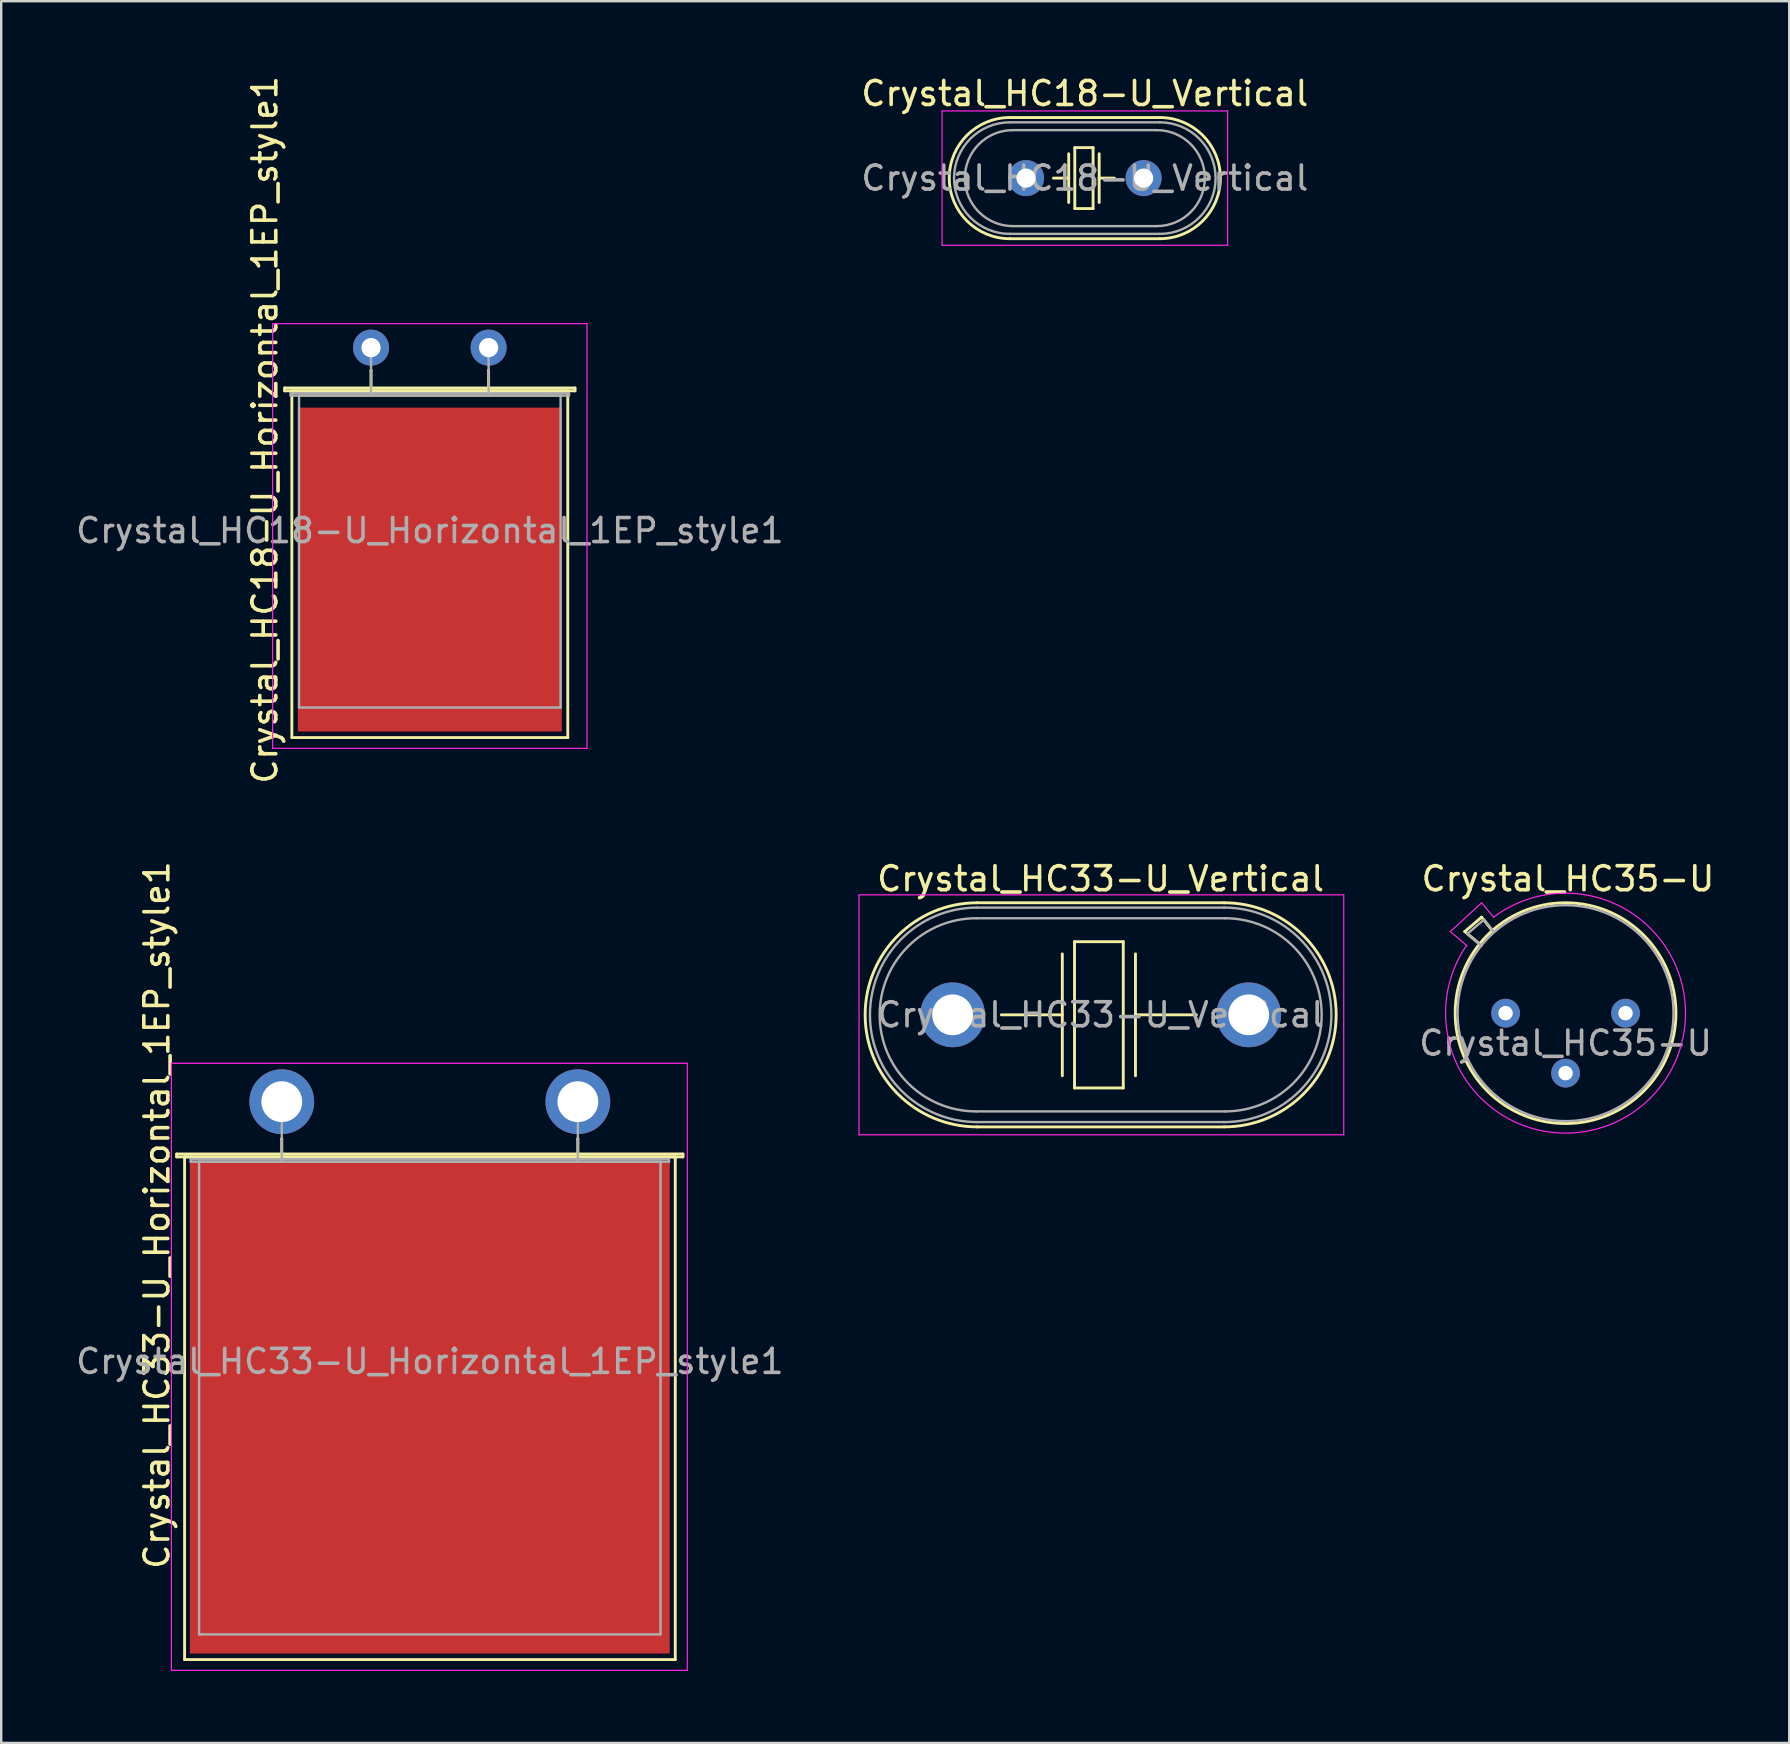
<source format=kicad_pcb>
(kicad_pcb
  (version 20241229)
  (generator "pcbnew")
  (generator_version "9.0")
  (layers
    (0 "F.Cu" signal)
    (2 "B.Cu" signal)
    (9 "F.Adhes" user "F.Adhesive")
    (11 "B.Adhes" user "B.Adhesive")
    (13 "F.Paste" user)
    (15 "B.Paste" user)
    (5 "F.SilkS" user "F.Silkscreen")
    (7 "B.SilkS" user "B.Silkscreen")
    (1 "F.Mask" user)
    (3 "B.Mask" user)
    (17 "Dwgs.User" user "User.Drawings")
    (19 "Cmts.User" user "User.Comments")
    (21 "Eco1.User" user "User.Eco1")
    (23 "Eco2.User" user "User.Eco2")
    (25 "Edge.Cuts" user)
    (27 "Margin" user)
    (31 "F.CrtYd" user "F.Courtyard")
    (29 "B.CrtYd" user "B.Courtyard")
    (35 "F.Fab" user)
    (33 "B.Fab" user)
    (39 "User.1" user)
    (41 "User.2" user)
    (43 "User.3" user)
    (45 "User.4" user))
  (footprint "Crystal_HC18-U_Horizontal_1EP_style1"
    (layer "F.Cu")
    (at 12.413 11.438)
    (property "Reference" "Crystal_HC18-U_Horizontal_1EP_style1" (at -4.425 3.425 90) (layer "F.SilkS") (effects (font (size 1 1) (thickness 0.15))))
    (attr through_hole)
    (fp_line (start -3.6 1.68) (end 8.5 1.68) (stroke (width 0.12) (type solid)) (layer "F.SilkS"))
    (fp_line (start -3.6 1.8) (end -3.6 1.68) (stroke (width 0.12) (type solid)) (layer "F.SilkS"))
    (fp_line (start -3.3 1.8) (end -3.3 16.25) (stroke (width 0.12) (type solid)) (layer "F.SilkS"))
    (fp_line (start -3.3 16.25) (end 8.2 16.25) (stroke (width 0.12) (type solid)) (layer "F.SilkS"))
    (fp_line (start 0 0.95) (end 0 0.95) (stroke (width 0.12) (type solid)) (layer "F.SilkS"))
    (fp_line (start 0 1.8) (end 0 0.95) (stroke (width 0.12) (type solid)) (layer "F.SilkS"))
    (fp_line (start 4.9 0.95) (end 4.9 0.95) (stroke (width 0.12) (type solid)) (layer "F.SilkS"))
    (fp_line (start 4.9 1.8) (end 4.9 0.95) (stroke (width 0.12) (type solid)) (layer "F.SilkS"))
    (fp_line (start 8.15 1.8) (end -3.25 1.8) (stroke (width 0.12) (type solid)) (layer "F.SilkS"))
    (fp_line (start 8.2 16.25) (end 8.2 1.8) (stroke (width 0.12) (type solid)) (layer "F.SilkS"))
    (fp_line (start 8.5 1.68) (end 8.5 1.8) (stroke (width 0.12) (type solid)) (layer "F.SilkS"))
    (fp_line (start 8.5 1.8) (end -3.6 1.8) (stroke (width 0.12) (type solid)) (layer "F.SilkS"))
    (fp_line (start -4.1 -1) (end -4.1 16.7) (stroke (width 0.05) (type solid)) (layer "F.CrtYd"))
    (fp_line (start -4.1 16.7) (end 9 16.7) (stroke (width 0.05) (type solid)) (layer "F.CrtYd"))
    (fp_line (start 9 -1) (end -4.1 -1) (stroke (width 0.05) (type solid)) (layer "F.CrtYd"))
    (fp_line (start 9 16.7) (end 9 -1) (stroke (width 0.05) (type solid)) (layer "F.CrtYd"))
    (fp_line (start -3.35 1.9) (end 8.25 1.9) (stroke (width 0.1) (type solid)) (layer "F.Fab"))
    (fp_line (start -3.35 2) (end -3.35 1.9) (stroke (width 0.1) (type solid)) (layer "F.Fab"))
    (fp_line (start -3 2) (end -3 15) (stroke (width 0.1) (type solid)) (layer "F.Fab"))
    (fp_line (start -3 15) (end 7.9 15) (stroke (width 0.1) (type solid)) (layer "F.Fab"))
    (fp_line (start 0 1) (end 0 0) (stroke (width 0.1) (type solid)) (layer "F.Fab"))
    (fp_line (start 0 2) (end 0 1) (stroke (width 0.1) (type solid)) (layer "F.Fab"))
    (fp_line (start 4.9 1) (end 4.9 0) (stroke (width 0.1) (type solid)) (layer "F.Fab"))
    (fp_line (start 4.9 2) (end 4.9 1) (stroke (width 0.1) (type solid)) (layer "F.Fab"))
    (fp_line (start 7.9 2) (end -3 2) (stroke (width 0.1) (type solid)) (layer "F.Fab"))
    (fp_line (start 7.9 15) (end 7.9 2) (stroke (width 0.1) (type solid)) (layer "F.Fab"))
    (fp_line (start 8.25 1.9) (end 8.25 2) (stroke (width 0.1) (type solid)) (layer "F.Fab"))
    (fp_line (start 8.25 2) (end -3.35 2) (stroke (width 0.1) (type solid)) (layer "F.Fab"))
    (fp_text user "${REFERENCE}" (at 2.45 7.625 0) (layer "F.Fab") (effects (font (size 1 1) (thickness 0.15))))
    (pad "1" thru_hole circle (at 0 0) (size 1.5 1.5) (drill 0.8) (layers "*.Cu" "*.Mask"))
    (pad "2" thru_hole circle (at 4.9 0) (size 1.5 1.5) (drill 0.8) (layers "*.Cu" "*.Mask"))
    (pad "3" smd rect (at 2.45 9.25) (size 11 13.5) (layers "F.Cu" "F.Mask" "F.Paste")))
  (footprint "Crystal_HC35-U"
    (layer "F.Cu")
    (at 59.696 39.174)
    (property "Reference" "Crystal_HC35-U" (at 2.6 -5.6 0) (layer "F.SilkS") (effects (font (size 1 1) (thickness 0.15))))
    (attr through_hole)
    (fp_line (start -1.7 -3.4) (end -1 -4) (stroke (width 0.12) (type solid)) (layer "F.SilkS"))
    (fp_line (start -1.1 -2.9) (end -1.7 -3.4) (stroke (width 0.12) (type solid)) (layer "F.SilkS"))
    (fp_line (start -1 -4) (end -0.6 -3.5) (stroke (width 0.12) (type solid)) (layer "F.SilkS"))
    (fp_circle (center 2.5 0) (end 7.1 0) (stroke (width 0.12) (type solid)) (fill no) (layer "F.SilkS"))
    (fp_line (start -2.3 -3.4) (end -1 -4.6) (stroke (width 0.05) (type solid)) (layer "F.CrtYd"))
    (fp_line (start -1.6 -2.8) (end -2.3 -3.4) (stroke (width 0.05) (type solid)) (layer "F.CrtYd"))
    (fp_line (start -1 -4.6) (end -0.5 -4) (stroke (width 0.05) (type solid)) (layer "F.CrtYd"))
    (fp_arc (start -0.5 -4) (mid 6.119047 3.45) (end -1.638828 -2.80537) (stroke (width 0.05) (type solid)) (layer "F.CrtYd"))
    (fp_line (start -1.6 -3.3) (end -0.9 -3.9) (stroke (width 0.1) (type solid)) (layer "F.Fab"))
    (fp_line (start -1 -2.8) (end -1.6 -3.3) (stroke (width 0.1) (type solid)) (layer "F.Fab"))
    (fp_line (start -0.9 -3.9) (end -0.5 -3.4) (stroke (width 0.1) (type solid)) (layer "F.Fab"))
    (fp_circle (center 2.5 0) (end 7 0) (stroke (width 0.1) (type solid)) (fill no) (layer "F.Fab"))
    (fp_text user "${REFERENCE}" (at 2.5 1.25 0) (layer "F.Fab") (effects (font (size 1 1) (thickness 0.15))))
    (pad "1" thru_hole circle (at 0 0) (size 1.2 1.2) (drill 0.6) (layers "*.Cu" "*.Mask"))
    (pad "2" thru_hole circle (at 5 0) (size 1.2 1.2) (drill 0.6) (layers "*.Cu" "*.Mask"))
    (pad "3" thru_hole circle (at 2.5 2.5) (size 1.2 1.2) (drill 0.6) (layers "*.Cu" "*.Mask")))
  (footprint "Crystal_HC18-U_Vertical"
    (layer "F.Cu")
    (at 39.711 4.373)
    (property "Reference" "Crystal_HC18-U_Vertical" (at 2.45 -3.525 0) (layer "F.SilkS") (effects (font (size 1 1) (thickness 0.15))))
    (attr through_hole)
    (fp_line (start -0.675 -2.525) (end 5.575 -2.525) (stroke (width 0.12) (type solid)) (layer "F.SilkS"))
    (fp_line (start -0.675 2.525) (end 5.575 2.525) (stroke (width 0.12) (type solid)) (layer "F.SilkS"))
    (fp_line (start 1.143 0) (end 1.778 0) (stroke (width 0.12) (type solid)) (layer "F.SilkS"))
    (fp_line (start 1.778 0) (end 1.778 -1.016) (stroke (width 0.12) (type solid)) (layer "F.SilkS"))
    (fp_line (start 1.778 0) (end 1.778 1.016) (stroke (width 0.12) (type solid)) (layer "F.SilkS"))
    (fp_line (start 2.032 -1.27) (end 2.032 1.27) (stroke (width 0.12) (type solid)) (layer "F.SilkS"))
    (fp_line (start 2.032 1.27) (end 2.794 1.27) (stroke (width 0.12) (type solid)) (layer "F.SilkS"))
    (fp_line (start 2.794 -1.27) (end 2.032 -1.27) (stroke (width 0.12) (type solid)) (layer "F.SilkS"))
    (fp_line (start 2.794 1.27) (end 2.794 -1.27) (stroke (width 0.12) (type solid)) (layer "F.SilkS"))
    (fp_line (start 3.048 0) (end 3.048 -1.016) (stroke (width 0.12) (type solid)) (layer "F.SilkS"))
    (fp_line (start 3.048 0) (end 3.048 1.016) (stroke (width 0.12) (type solid)) (layer "F.SilkS"))
    (fp_line (start 3.683 0) (end 3.048 0) (stroke (width 0.12) (type solid)) (layer "F.SilkS"))
    (fp_arc (start -0.675 2.525) (mid -3.2 0) (end -0.675 -2.525) (stroke (width 0.12) (type solid)) (layer "F.SilkS"))
    (fp_arc (start 5.575 -2.525) (mid 8.1 0) (end 5.575 2.525) (stroke (width 0.12) (type solid)) (layer "F.SilkS"))
    (fp_line (start -3.5 -2.8) (end -3.5 2.8) (stroke (width 0.05) (type solid)) (layer "F.CrtYd"))
    (fp_line (start -3.5 2.8) (end 8.4 2.8) (stroke (width 0.05) (type solid)) (layer "F.CrtYd"))
    (fp_line (start 8.4 -2.8) (end -3.5 -2.8) (stroke (width 0.05) (type solid)) (layer "F.CrtYd"))
    (fp_line (start 8.4 2.8) (end 8.4 -2.8) (stroke (width 0.05) (type solid)) (layer "F.CrtYd"))
    (fp_line (start -0.675 -2.325) (end 5.575 -2.325) (stroke (width 0.1) (type solid)) (layer "F.Fab"))
    (fp_line (start -0.675 2.325) (end 5.575 2.325) (stroke (width 0.1) (type solid)) (layer "F.Fab"))
    (fp_line (start -0.55 -2) (end 5.45 -2) (stroke (width 0.1) (type solid)) (layer "F.Fab"))
    (fp_line (start -0.55 2) (end 5.45 2) (stroke (width 0.1) (type solid)) (layer "F.Fab"))
    (fp_arc (start -0.675 2.325) (mid -3 0) (end -0.675 -2.325) (stroke (width 0.1) (type solid)) (layer "F.Fab"))
    (fp_arc (start -0.55 2) (mid -2.55 0) (end -0.55 -2) (stroke (width 0.1) (type solid)) (layer "F.Fab"))
    (fp_arc (start 5.45 -2) (mid 7.45 0) (end 5.45 2) (stroke (width 0.1) (type solid)) (layer "F.Fab"))
    (fp_arc (start 5.575 -2.325) (mid 7.9 0) (end 5.575 2.325) (stroke (width 0.1) (type solid)) (layer "F.Fab"))
    (fp_text user "${REFERENCE}" (at 2.45 0 0) (layer "F.Fab") (effects (font (size 1 1) (thickness 0.15))))
    (pad "1" thru_hole circle (at 0 0) (size 1.5 1.5) (drill 0.8) (layers "*.Cu" "*.Mask"))
    (pad "2" thru_hole circle (at 4.9 0) (size 1.5 1.5) (drill 0.8) (layers "*.Cu" "*.Mask")))
  (footprint "Crystal_HC33-U_Horizontal_1EP_style1"
    (layer "F.Cu")
    (at 8.693 42.864)
    (property "Reference" "Crystal_HC33-U_Horizontal_1EP_style1" (at -5.205 4.725 90) (layer "F.SilkS") (effects (font (size 1 1) (thickness 0.15))))
    (attr through_hole)
    (fp_line (start -4.38 2.18) (end 16.72 2.18) (stroke (width 0.12) (type solid)) (layer "F.SilkS"))
    (fp_line (start -4.38 2.3) (end -4.38 2.18) (stroke (width 0.12) (type solid)) (layer "F.SilkS"))
    (fp_line (start -4.05 2.3) (end -4.05 23.25) (stroke (width 0.12) (type solid)) (layer "F.SilkS"))
    (fp_line (start -4.05 23.25) (end 16.4 23.25) (stroke (width 0.12) (type solid)) (layer "F.SilkS"))
    (fp_line (start 0 1.55) (end 0 1.55) (stroke (width 0.12) (type solid)) (layer "F.SilkS"))
    (fp_line (start 0 2.3) (end 0 1.55) (stroke (width 0.12) (type solid)) (layer "F.SilkS"))
    (fp_line (start 12.34 1.55) (end 12.34 1.55) (stroke (width 0.12) (type solid)) (layer "F.SilkS"))
    (fp_line (start 12.34 2.3) (end 12.34 1.55) (stroke (width 0.12) (type solid)) (layer "F.SilkS"))
    (fp_line (start 16.37 2.3) (end -4.03 2.3) (stroke (width 0.12) (type solid)) (layer "F.SilkS"))
    (fp_line (start 16.4 23.25) (end 16.4 2.3) (stroke (width 0.12) (type solid)) (layer "F.SilkS"))
    (fp_line (start 16.72 2.18) (end 16.72 2.3) (stroke (width 0.12) (type solid)) (layer "F.SilkS"))
    (fp_line (start 16.72 2.3) (end -4.38 2.3) (stroke (width 0.12) (type solid)) (layer "F.SilkS"))
    (fp_line (start -4.6 -1.6) (end -4.6 23.7) (stroke (width 0.05) (type solid)) (layer "F.CrtYd"))
    (fp_line (start -4.6 23.7) (end 16.9 23.7) (stroke (width 0.05) (type solid)) (layer "F.CrtYd"))
    (fp_line (start 16.9 -1.6) (end -4.6 -1.6) (stroke (width 0.05) (type solid)) (layer "F.CrtYd"))
    (fp_line (start 16.9 23.7) (end 16.9 -1.6) (stroke (width 0.05) (type solid)) (layer "F.CrtYd"))
    (fp_line (start -3.795 2.4) (end 16.135 2.4) (stroke (width 0.1) (type solid)) (layer "F.Fab"))
    (fp_line (start -3.795 2.5) (end -3.795 2.4) (stroke (width 0.1) (type solid)) (layer "F.Fab"))
    (fp_line (start -3.445 2.5) (end -3.445 22.2) (stroke (width 0.1) (type solid)) (layer "F.Fab"))
    (fp_line (start -3.445 22.2) (end 15.785 22.2) (stroke (width 0.1) (type solid)) (layer "F.Fab"))
    (fp_line (start 0 1.25) (end 0 0) (stroke (width 0.1) (type solid)) (layer "F.Fab"))
    (fp_line (start 0 2.5) (end 0 1.25) (stroke (width 0.1) (type solid)) (layer "F.Fab"))
    (fp_line (start 12.34 1.25) (end 12.34 0) (stroke (width 0.1) (type solid)) (layer "F.Fab"))
    (fp_line (start 12.34 2.5) (end 12.34 1.25) (stroke (width 0.1) (type solid)) (layer "F.Fab"))
    (fp_line (start 15.785 2.5) (end -3.445 2.5) (stroke (width 0.1) (type solid)) (layer "F.Fab"))
    (fp_line (start 15.785 22.2) (end 15.785 2.5) (stroke (width 0.1) (type solid)) (layer "F.Fab"))
    (fp_line (start 16.135 2.4) (end 16.135 2.5) (stroke (width 0.1) (type solid)) (layer "F.Fab"))
    (fp_line (start 16.135 2.5) (end -3.795 2.5) (stroke (width 0.1) (type solid)) (layer "F.Fab"))
    (fp_text user "${REFERENCE}" (at 6.17 10.825 0) (layer "F.Fab") (effects (font (size 1 1) (thickness 0.15))))
    (pad "1" thru_hole circle (at 0 0) (size 2.7 2.7) (drill 1.7) (layers "*.Cu" "*.Mask"))
    (pad "2" thru_hole circle (at 12.34 0) (size 2.7 2.7) (drill 1.7) (layers "*.Cu" "*.Mask"))
    (pad "3" smd rect (at 6.17 12.75) (size 20 20.5) (layers "F.Cu" "F.Mask" "F.Paste")))
  (footprint "Crystal_HC33-U_Vertical"
    (layer "F.Cu")
    (at 36.651 39.244)
    (property "Reference" "Crystal_HC33-U_Vertical" (at 6.17 -5.67 0) (layer "F.SilkS") (effects (font (size 1 1) (thickness 0.15))))
    (attr through_hole)
    (fp_line (start 1.025 -4.67) (end 11.315 -4.67) (stroke (width 0.12) (type solid)) (layer "F.SilkS"))
    (fp_line (start 1.025 4.67) (end 11.315 4.67) (stroke (width 0.12) (type solid)) (layer "F.SilkS"))
    (fp_line (start 2.032 0) (end 4.572 0) (stroke (width 0.12) (type solid)) (layer "F.SilkS"))
    (fp_line (start 4.572 -2.54) (end 4.572 2.54) (stroke (width 0.12) (type solid)) (layer "F.SilkS"))
    (fp_line (start 5.08 -3.048) (end 7.112 -3.048) (stroke (width 0.12) (type solid)) (layer "F.SilkS"))
    (fp_line (start 5.08 3.048) (end 5.08 -3.048) (stroke (width 0.12) (type solid)) (layer "F.SilkS"))
    (fp_line (start 7.112 -3.048) (end 7.112 3.048) (stroke (width 0.12) (type solid)) (layer "F.SilkS"))
    (fp_line (start 7.112 3.048) (end 5.08 3.048) (stroke (width 0.12) (type solid)) (layer "F.SilkS"))
    (fp_line (start 7.62 -2.54) (end 7.62 2.54) (stroke (width 0.12) (type solid)) (layer "F.SilkS"))
    (fp_line (start 10.16 0) (end 7.62 0) (stroke (width 0.12) (type solid)) (layer "F.SilkS"))
    (fp_arc (start 1.025 4.67) (mid -3.645 0) (end 1.025 -4.67) (stroke (width 0.12) (type solid)) (layer "F.SilkS"))
    (fp_arc (start 11.315 -4.67) (mid 15.985 0) (end 11.315 4.67) (stroke (width 0.12) (type solid)) (layer "F.SilkS"))
    (fp_line (start -3.9 -5) (end -3.9 5) (stroke (width 0.05) (type solid)) (layer "F.CrtYd"))
    (fp_line (start -3.9 5) (end 16.3 5) (stroke (width 0.05) (type solid)) (layer "F.CrtYd"))
    (fp_line (start 16.3 -5) (end -3.9 -5) (stroke (width 0.05) (type solid)) (layer "F.CrtYd"))
    (fp_line (start 16.3 5) (end 16.3 -5) (stroke (width 0.05) (type solid)) (layer "F.CrtYd"))
    (fp_line (start 0.985 -4.025) (end 11.355 -4.025) (stroke (width 0.1) (type solid)) (layer "F.Fab"))
    (fp_line (start 0.985 4.025) (end 11.355 4.025) (stroke (width 0.1) (type solid)) (layer "F.Fab"))
    (fp_line (start 1.025 -4.47) (end 11.315 -4.47) (stroke (width 0.1) (type solid)) (layer "F.Fab"))
    (fp_line (start 1.025 4.47) (end 11.315 4.47) (stroke (width 0.1) (type solid)) (layer "F.Fab"))
    (fp_arc (start 0.985 4.025) (mid -3.04 0) (end 0.985 -4.025) (stroke (width 0.1) (type solid)) (layer "F.Fab"))
    (fp_arc (start 1.025 4.47) (mid -3.445 0) (end 1.025 -4.47) (stroke (width 0.1) (type solid)) (layer "F.Fab"))
    (fp_arc (start 11.315 -4.47) (mid 15.785 0) (end 11.315 4.47) (stroke (width 0.1) (type solid)) (layer "F.Fab"))
    (fp_arc (start 11.355 -4.025) (mid 15.38 0) (end 11.355 4.025) (stroke (width 0.1) (type solid)) (layer "F.Fab"))
    (fp_text user "${REFERENCE}" (at 6.17 0 0) (layer "F.Fab") (effects (font (size 1 1) (thickness 0.15))))
    (pad "1" thru_hole circle (at 0 0) (size 2.7 2.7) (drill 1.7) (layers "*.Cu" "*.Mask"))
    (pad "2" thru_hole circle (at 12.34 0) (size 2.7 2.7) (drill 1.7) (layers "*.Cu" "*.Mask")))
  (gr_rect
    (start -3 -3)
    (end 71.517 69.589)
    (stroke (width 0.1) (type default))
    (fill no)
    (layer "Edge.Cuts")))
</source>
